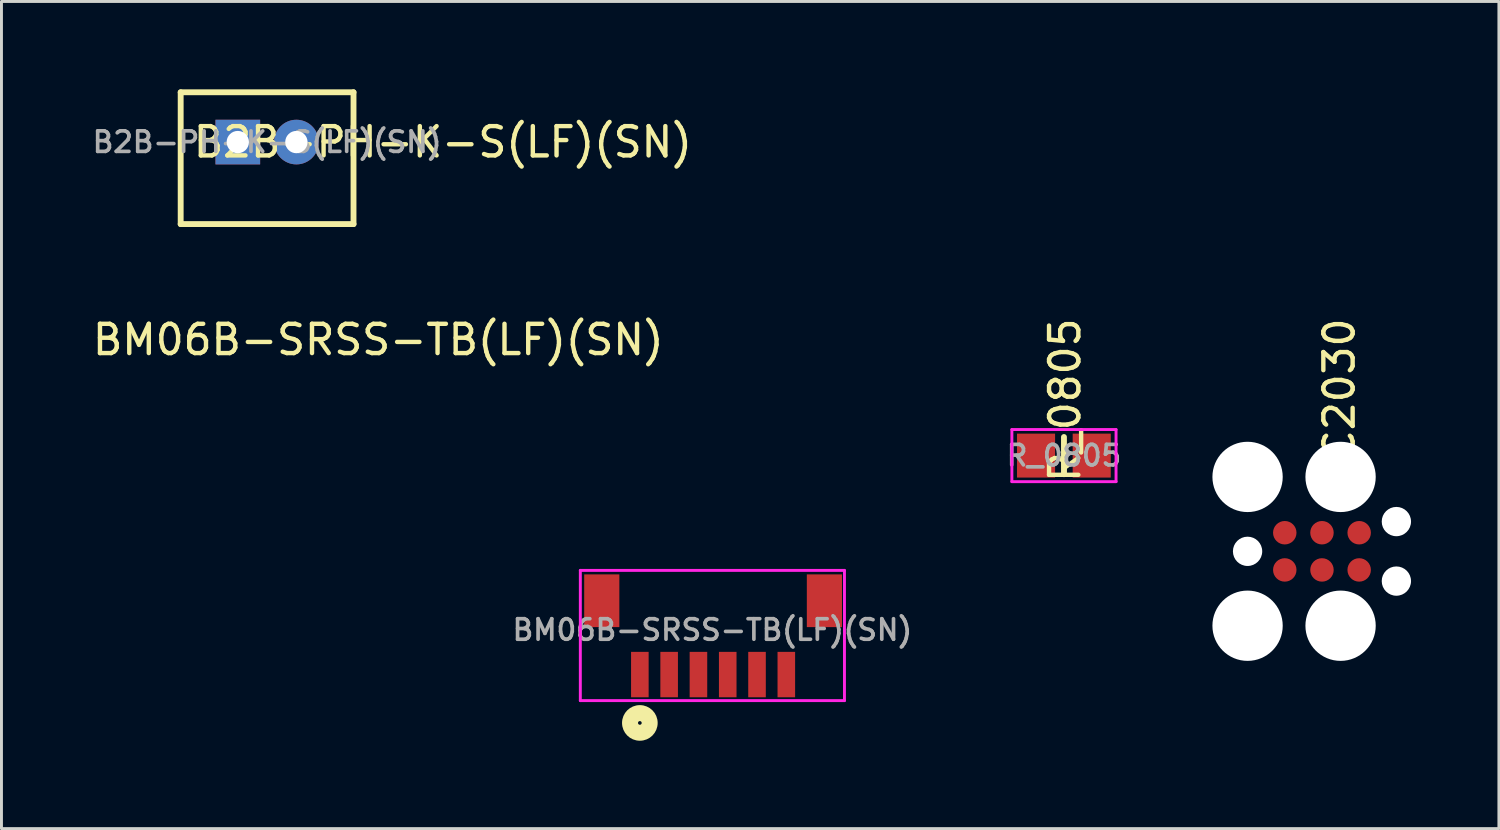
<source format=kicad_pcb>
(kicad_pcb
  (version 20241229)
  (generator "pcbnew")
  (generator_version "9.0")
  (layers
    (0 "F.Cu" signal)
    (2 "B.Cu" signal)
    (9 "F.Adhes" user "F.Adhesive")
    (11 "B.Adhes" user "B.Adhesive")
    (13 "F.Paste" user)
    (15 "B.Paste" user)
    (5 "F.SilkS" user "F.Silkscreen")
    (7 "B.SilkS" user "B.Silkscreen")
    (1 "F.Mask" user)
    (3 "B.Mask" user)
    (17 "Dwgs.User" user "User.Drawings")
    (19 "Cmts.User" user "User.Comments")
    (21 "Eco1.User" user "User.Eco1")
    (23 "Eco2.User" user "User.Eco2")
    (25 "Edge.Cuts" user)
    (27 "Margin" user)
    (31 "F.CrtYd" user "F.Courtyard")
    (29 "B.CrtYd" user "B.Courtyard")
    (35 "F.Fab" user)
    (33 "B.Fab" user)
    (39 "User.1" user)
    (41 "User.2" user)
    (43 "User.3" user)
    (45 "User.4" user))
  (footprint "R_0805"
    (layer "F.Cu")
    (at 33.271 12.503)
    (property "Reference" "R_0805" (at 0.036 -1.892 90) (layer "F.SilkS") (effects (font (size 1 1) (thickness 0.15))))
    (attr through_hole)
    (fp_line (start 0 -0.635) (end 0 0.635) (stroke (width 0.2) (type solid)) (layer "F.SilkS"))
    (fp_line (start -1.778 -0.889) (end -1.778 0.889) (stroke (width 0.1) (type solid)) (layer "F.CrtYd"))
    (fp_line (start -1.778 0.889) (end 1.778 0.889) (stroke (width 0.1) (type solid)) (layer "F.CrtYd"))
    (fp_line (start 1.778 -0.889) (end -1.778 -0.889) (stroke (width 0.1) (type solid)) (layer "F.CrtYd"))
    (fp_line (start 1.778 0.889) (end 1.778 -0.889) (stroke (width 0.1) (type solid)) (layer "F.CrtYd"))
    (fp_text user "${REFERENCE}" (at 0 0 0) (layer "F.Fab") (effects (font (size 0.7 0.7) (thickness 0.125))))
    (pad "1" smd rect (at -0.953 0) (size 1.3 1.5) (layers "F.Cu" "F.Mask" "F.Paste"))
    (pad "2" smd rect (at 0.948 0) (size 1.3 1.5) (layers "F.Cu" "F.Mask" "F.Paste")))
  (footprint "B2B-PH-K-S(LF)(SN)"
    (layer "F.Cu")
    (at 6.068 1.8)
    (property "Reference" "B2B-PH-K-S(LF)(SN)" (at 6 0 0) (layer "F.SilkS") (effects (font (size 1 1) (thickness 0.15))))
    (attr through_hole)
    (fp_line (start -2.95 -1.7) (end 2.95 -1.7) (stroke (width 0.2) (type solid)) (layer "F.SilkS"))
    (fp_line (start -2.95 2.8) (end -2.95 -1.7) (stroke (width 0.2) (type solid)) (layer "F.SilkS"))
    (fp_line (start 2.95 -1.7) (end 2.95 2.8) (stroke (width 0.2) (type solid)) (layer "F.SilkS"))
    (fp_line (start 2.95 2.8) (end -2.95 2.8) (stroke (width 0.2) (type solid)) (layer "F.SilkS"))
    (fp_text user "${REFERENCE}" (at 0 0 0) (layer "F.Fab") (effects (font (size 0.7 0.7) (thickness 0.125))))
    (pad "1" thru_hole rect (at -1 0) (size 1.524 1.524) (drill 0.762) (layers "*.Cu" "*.Mask"))
    (pad "2" thru_hole circle (at 1 0) (size 1.524 1.524) (drill 0.762) (layers "*.Cu" "*.Mask")))
  (footprint "TC2030"
    (layer "F.Cu")
    (at 39.539 15.771)
    (property "Reference" "TC2030" (at 3.132 -5.16 90) (layer "F.SilkS") (effects (font (size 1 1) (thickness 0.15))))
    (attr through_hole)
    (pad "" np_thru_hole circle (at 0 -2.54) (size 2.4 2.4) (drill 2.4) (layers "*.Cu" "*.Mask"))
    (pad "" np_thru_hole circle (at 0 0) (size 1 1) (drill 1) (layers "*.Cu" "*.Mask"))
    (pad "" np_thru_hole circle (at 0 2.54) (size 2.4 2.4) (drill 2.4) (layers "*.Cu" "*.Mask"))
    (pad "" np_thru_hole circle (at 3.175 -2.54) (size 2.4 2.4) (drill 2.4) (layers "*.Cu" "*.Mask"))
    (pad "" np_thru_hole circle (at 3.175 2.54) (size 2.4 2.4) (drill 2.4) (layers "*.Cu" "*.Mask"))
    (pad "" np_thru_hole circle (at 5.08 -1.016) (size 1 1) (drill 1) (layers "*.Cu" "*.Mask"))
    (pad "" np_thru_hole circle (at 5.08 1.016) (size 1 1) (drill 1) (layers "*.Cu" "*.Mask"))
    (pad "1" smd circle (at 1.27 0.635) (size 0.8 0.8) (layers "F.Cu" "F.Mask" "F.Paste"))
    (pad "2" smd circle (at 1.27 -0.635) (size 0.8 0.8) (layers "F.Cu" "F.Mask" "F.Paste"))
    (pad "3" smd circle (at 2.54 0.635) (size 0.8 0.8) (layers "F.Cu" "F.Mask" "F.Paste"))
    (pad "4" smd circle (at 2.54 -0.635) (size 0.8 0.8) (layers "F.Cu" "F.Mask" "F.Paste"))
    (pad "5" smd circle (at 3.81 0.635) (size 0.8 0.8) (layers "F.Cu" "F.Mask" "F.Paste"))
    (pad "6" smd circle (at 3.81 -0.635) (size 0.8 0.8) (layers "F.Cu" "F.Mask" "F.Paste")))
  (footprint "BM06B-SRSS-TB(LF)(SN)"
    (layer "F.Cu")
    (at 21.293 19.978)
    (property "Reference" "BM06B-SRSS-TB(LF)(SN)" (at -11.43 -11.43 0) (layer "F.SilkS") (effects (font (size 1 1) (thickness 0.15))))
    (attr through_hole)
    (fp_circle (center -2.5 1.651) (end -2.437 1.651) (stroke (width 0.2) (type solid)) (fill no) (layer "F.SilkS"))
    (fp_circle (center -2.5 1.651) (end -2.246 1.651) (stroke (width 0.2) (type solid)) (fill no) (layer "F.SilkS"))
    (fp_circle (center -2.5 1.651) (end -2.119 1.651) (stroke (width 0.2) (type solid)) (fill no) (layer "F.SilkS"))
    (fp_circle (center -2.5 1.651) (end -1.992 1.651) (stroke (width 0.2) (type solid)) (fill no) (layer "F.SilkS"))
    (fp_line (start -4.532 -3.556) (end -4.532 0.889) (stroke (width 0.1) (type solid)) (layer "F.CrtYd"))
    (fp_line (start -4.532 0.889) (end 4.485 0.889) (stroke (width 0.1) (type solid)) (layer "F.CrtYd"))
    (fp_line (start 4.485 -3.556) (end -4.532 -3.556) (stroke (width 0.1) (type solid)) (layer "F.CrtYd"))
    (fp_line (start 4.485 0.889) (end 4.485 -3.556) (stroke (width 0.1) (type solid)) (layer "F.CrtYd"))
    (fp_text user "${REFERENCE}" (at -0.024 -1.524 0) (layer "F.Fab") (effects (font (size 0.7 0.7) (thickness 0.125))))
    (pad "" smd rect (at -3.8 -2.52) (size 1.2 1.8) (layers "F.Cu" "F.Mask" "F.Paste"))
    (pad "" smd rect (at 3.8 -2.52) (size 1.2 1.8) (layers "F.Cu" "F.Mask" "F.Paste"))
    (pad "1" smd rect (at -2.5 0) (size 0.6 1.55) (layers "F.Cu" "F.Mask" "F.Paste"))
    (pad "2" smd rect (at -1.5 0) (size 0.6 1.55) (layers "F.Cu" "F.Mask" "F.Paste"))
    (pad "3" smd rect (at -0.5 0) (size 0.6 1.55) (layers "F.Cu" "F.Mask" "F.Paste"))
    (pad "4" smd rect (at 0.5 0) (size 0.6 1.55) (layers "F.Cu" "F.Mask" "F.Paste"))
    (pad "5" smd rect (at 1.5 0) (size 0.6 1.55) (layers "F.Cu" "F.Mask" "F.Paste"))
    (pad "6" smd rect (at 2.5 0) (size 0.6 1.55) (layers "F.Cu" "F.Mask" "F.Paste")))
  (gr_rect
    (start -3 -3)
    (end 48.119 25.237)
    (stroke (width 0.1) (type default))
    (fill no)
    (layer "Edge.Cuts")))
</source>
